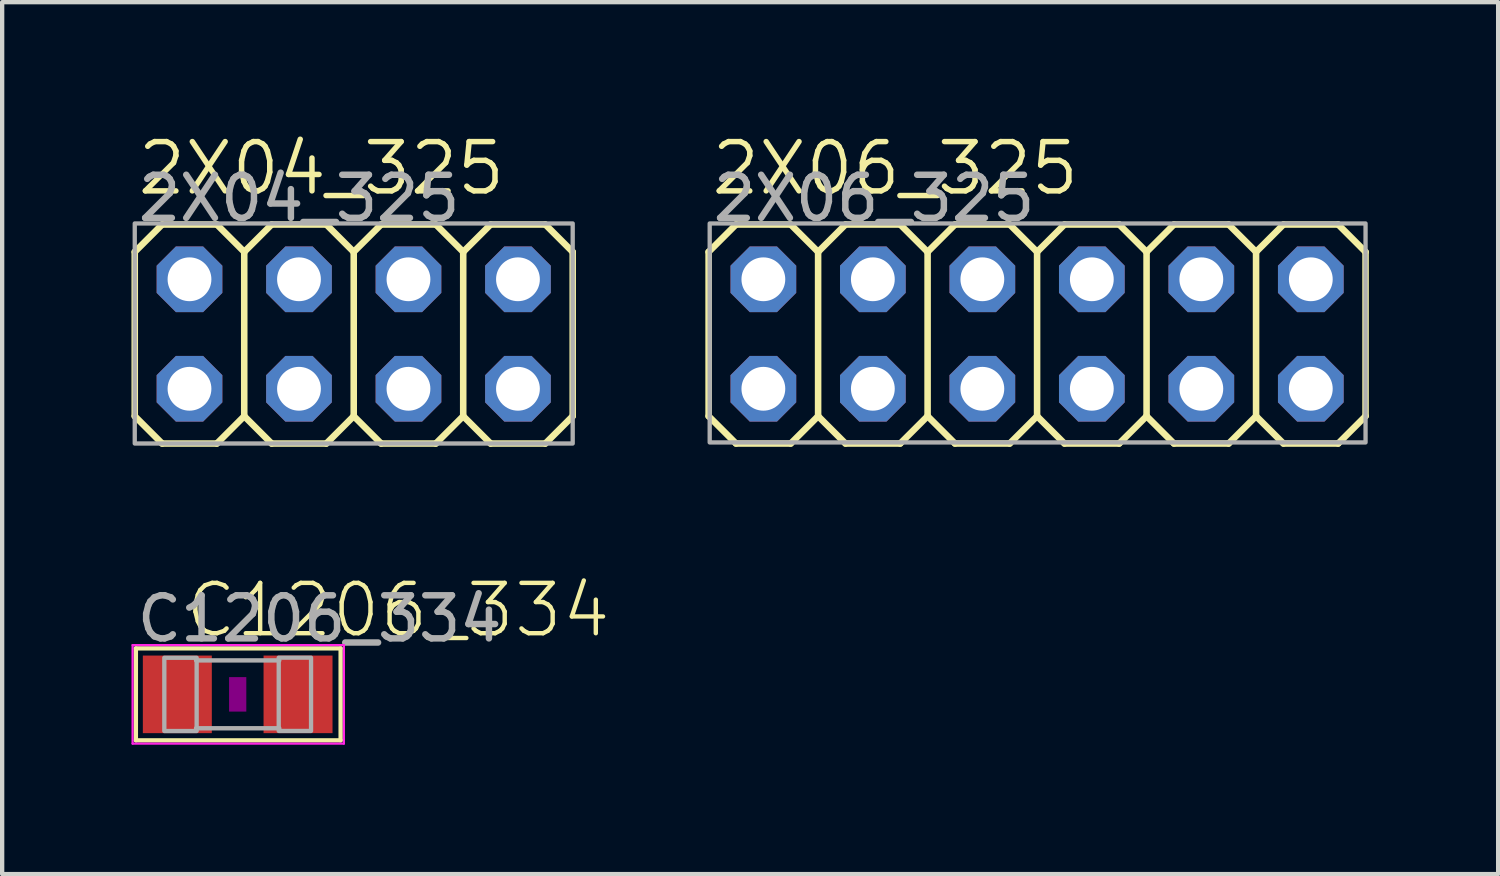
<source format=kicad_pcb>
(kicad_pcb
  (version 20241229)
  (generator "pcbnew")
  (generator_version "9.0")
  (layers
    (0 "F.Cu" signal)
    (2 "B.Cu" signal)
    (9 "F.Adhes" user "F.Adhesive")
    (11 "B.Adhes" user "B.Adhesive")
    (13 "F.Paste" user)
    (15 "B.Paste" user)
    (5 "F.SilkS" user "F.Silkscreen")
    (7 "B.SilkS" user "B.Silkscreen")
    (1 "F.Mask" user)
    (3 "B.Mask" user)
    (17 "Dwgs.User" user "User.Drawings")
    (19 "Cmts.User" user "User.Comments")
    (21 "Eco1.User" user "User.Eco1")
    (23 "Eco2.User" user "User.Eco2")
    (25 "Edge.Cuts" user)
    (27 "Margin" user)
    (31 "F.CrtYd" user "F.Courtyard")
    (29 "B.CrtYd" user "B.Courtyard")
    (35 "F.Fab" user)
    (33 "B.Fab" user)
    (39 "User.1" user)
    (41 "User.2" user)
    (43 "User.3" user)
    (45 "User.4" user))
  (footprint "2X04_325"
    (layer "F.Cu")
    (at 5.156 4.699)
    (property "Reference" "2X04_325" (at -5.08 -3.175 0) (unlocked yes) (layer "F.SilkS") (effects (font (size 1.143 1.143) (thickness 0.127)) (justify left bottom)))
    (fp_line (start -5.08 -1.905) (end -4.445 -2.54) (stroke (width 0.152) (type solid)) (layer "F.SilkS"))
    (fp_line (start -5.08 1.905) (end -5.08 -1.905) (stroke (width 0.152) (type solid)) (layer "F.SilkS"))
    (fp_line (start -5.08 1.905) (end -4.445 2.54) (stroke (width 0.152) (type solid)) (layer "F.SilkS"))
    (fp_line (start -4.445 -2.54) (end -3.175 -2.54) (stroke (width 0.152) (type solid)) (layer "F.SilkS"))
    (fp_line (start -4.445 2.54) (end -3.175 2.54) (stroke (width 0.152) (type solid)) (layer "F.SilkS"))
    (fp_line (start -3.175 -2.54) (end -2.54 -1.905) (stroke (width 0.152) (type solid)) (layer "F.SilkS"))
    (fp_line (start -3.175 2.54) (end -2.54 1.905) (stroke (width 0.152) (type solid)) (layer "F.SilkS"))
    (fp_line (start -2.54 -1.905) (end -2.54 1.905) (stroke (width 0.152) (type solid)) (layer "F.SilkS"))
    (fp_line (start -2.54 -1.905) (end -1.905 -2.54) (stroke (width 0.152) (type solid)) (layer "F.SilkS"))
    (fp_line (start -2.54 1.905) (end -1.905 2.54) (stroke (width 0.152) (type solid)) (layer "F.SilkS"))
    (fp_line (start -1.905 -2.54) (end -0.635 -2.54) (stroke (width 0.152) (type solid)) (layer "F.SilkS"))
    (fp_line (start -1.905 2.54) (end -0.635 2.54) (stroke (width 0.152) (type solid)) (layer "F.SilkS"))
    (fp_line (start -0.635 -2.54) (end 0 -1.905) (stroke (width 0.152) (type solid)) (layer "F.SilkS"))
    (fp_line (start -0.635 2.54) (end 0 1.905) (stroke (width 0.152) (type solid)) (layer "F.SilkS"))
    (fp_line (start 0 -1.905) (end 0 1.905) (stroke (width 0.152) (type solid)) (layer "F.SilkS"))
    (fp_line (start 0 -1.905) (end 0.635 -2.54) (stroke (width 0.152) (type solid)) (layer "F.SilkS"))
    (fp_line (start 0 1.905) (end 0.635 2.54) (stroke (width 0.152) (type solid)) (layer "F.SilkS"))
    (fp_line (start 0.635 -2.54) (end 1.905 -2.54) (stroke (width 0.152) (type solid)) (layer "F.SilkS"))
    (fp_line (start 0.635 2.54) (end 1.905 2.54) (stroke (width 0.152) (type solid)) (layer "F.SilkS"))
    (fp_line (start 1.905 -2.54) (end 2.54 -1.905) (stroke (width 0.152) (type solid)) (layer "F.SilkS"))
    (fp_line (start 1.905 2.54) (end 2.54 1.905) (stroke (width 0.152) (type solid)) (layer "F.SilkS"))
    (fp_line (start 2.54 -1.905) (end 2.54 1.905) (stroke (width 0.152) (type solid)) (layer "F.SilkS"))
    (fp_line (start 2.54 -1.905) (end 3.175 -2.54) (stroke (width 0.152) (type solid)) (layer "F.SilkS"))
    (fp_line (start 2.54 1.905) (end 3.175 2.54) (stroke (width 0.152) (type solid)) (layer "F.SilkS"))
    (fp_line (start 3.175 -2.54) (end 4.445 -2.54) (stroke (width 0.152) (type solid)) (layer "F.SilkS"))
    (fp_line (start 3.175 2.54) (end 4.445 2.54) (stroke (width 0.152) (type solid)) (layer "F.SilkS"))
    (fp_line (start 4.445 -2.54) (end 5.08 -1.905) (stroke (width 0.152) (type solid)) (layer "F.SilkS"))
    (fp_line (start 4.445 2.54) (end 5.08 1.905) (stroke (width 0.152) (type solid)) (layer "F.SilkS"))
    (fp_line (start 5.08 -1.905) (end 5.08 1.905) (stroke (width 0.152) (type solid)) (layer "F.SilkS"))
    (fp_rect (start -5.08 -2.565) (end 5.08 2.54) (stroke (width 0.1) (type default)) (fill no) (layer "F.Fab"))
    (fp_poly (pts (xy -4.064 -1.016) (xy -3.556 -1.016) (xy -3.556 -1.524) (xy -4.064 -1.524)) (stroke (width 0.1) (type default)) (fill no) (layer "F.Fab"))
    (fp_poly (pts (xy -4.064 1.524) (xy -3.556 1.524) (xy -3.556 1.016) (xy -4.064 1.016)) (stroke (width 0.1) (type default)) (fill no) (layer "F.Fab"))
    (fp_poly (pts (xy -1.524 -1.016) (xy -1.016 -1.016) (xy -1.016 -1.524) (xy -1.524 -1.524)) (stroke (width 0.1) (type default)) (fill no) (layer "F.Fab"))
    (fp_poly (pts (xy -1.524 1.524) (xy -1.016 1.524) (xy -1.016 1.016) (xy -1.524 1.016)) (stroke (width 0.1) (type default)) (fill no) (layer "F.Fab"))
    (fp_poly (pts (xy 1.016 -1.016) (xy 1.524 -1.016) (xy 1.524 -1.524) (xy 1.016 -1.524)) (stroke (width 0.1) (type default)) (fill no) (layer "F.Fab"))
    (fp_poly (pts (xy 1.016 1.524) (xy 1.524 1.524) (xy 1.524 1.016) (xy 1.016 1.016)) (stroke (width 0.1) (type default)) (fill no) (layer "F.Fab"))
    (fp_poly (pts (xy 3.556 -1.016) (xy 4.064 -1.016) (xy 4.064 -1.524) (xy 3.556 -1.524)) (stroke (width 0.1) (type default)) (fill no) (layer "F.Fab"))
    (fp_poly (pts (xy 3.556 1.524) (xy 4.064 1.524) (xy 4.064 1.016) (xy 3.556 1.016)) (stroke (width 0.1) (type default)) (fill no) (layer "F.Fab"))
    (fp_text user "${REFERENCE}" (at -5.08 -2.565 0) (unlocked yes) (layer "F.Fab") (effects (font (size 1 1) (thickness 0.15)) (justify left bottom)))
    (pad "1" thru_hole roundrect (at -3.81 1.27) (size 1.524 1.524) (drill 1.016) (layers "*.Cu" "*.Mask") (roundrect_rratio 0.25) (chamfer_ratio 0.293) (chamfer top_left top_right bottom_left bottom_right))
    (pad "2" thru_hole roundrect (at -3.81 -1.27) (size 1.524 1.524) (drill 1.016) (layers "*.Cu" "*.Mask") (roundrect_rratio 0.25) (chamfer_ratio 0.293) (chamfer top_left top_right bottom_left bottom_right))
    (pad "3" thru_hole roundrect (at -1.27 1.27) (size 1.524 1.524) (drill 1.016) (layers "*.Cu" "*.Mask") (roundrect_rratio 0.25) (chamfer_ratio 0.293) (chamfer top_left top_right bottom_left bottom_right))
    (pad "4" thru_hole roundrect (at -1.27 -1.27) (size 1.524 1.524) (drill 1.016) (layers "*.Cu" "*.Mask") (roundrect_rratio 0.25) (chamfer_ratio 0.293) (chamfer top_left top_right bottom_left bottom_right))
    (pad "5" thru_hole roundrect (at 1.27 1.27) (size 1.524 1.524) (drill 1.016) (layers "*.Cu" "*.Mask") (roundrect_rratio 0.25) (chamfer_ratio 0.293) (chamfer top_left top_right bottom_left bottom_right))
    (pad "6" thru_hole roundrect (at 1.27 -1.27) (size 1.524 1.524) (drill 1.016) (layers "*.Cu" "*.Mask") (roundrect_rratio 0.25) (chamfer_ratio 0.293) (chamfer top_left top_right bottom_left bottom_right))
    (pad "7" thru_hole roundrect (at 3.81 1.27) (size 1.524 1.524) (drill 1.016) (layers "*.Cu" "*.Mask") (roundrect_rratio 0.25) (chamfer_ratio 0.293) (chamfer top_left top_right bottom_left bottom_right))
    (pad "8" thru_hole roundrect (at 3.81 -1.27) (size 1.524 1.524) (drill 1.016) (layers "*.Cu" "*.Mask") (roundrect_rratio 0.25) (chamfer_ratio 0.293) (chamfer top_left top_right bottom_left bottom_right)))
  (footprint "C1206_334"
    (layer "F.Cu")
    (at 2.464 13.058)
    (property "Reference" "C1206_334" (at -1.27 -1.27 0) (unlocked yes) (layer "F.SilkS") (effects (font (size 1.168 1.168) (thickness 0.102)) (justify left bottom)))
    (attr smd)
    (fp_line (start -2.362 -1.067) (end 2.388 -1.067) (stroke (width 0.1) (type default)) (layer "F.SilkS"))
    (fp_line (start -2.362 1.067) (end -2.362 -1.067) (stroke (width 0.1) (type default)) (layer "F.SilkS"))
    (fp_line (start 2.388 -1.067) (end 2.388 1.067) (stroke (width 0.1) (type default)) (layer "F.SilkS"))
    (fp_line (start 2.388 1.067) (end -2.362 1.067) (stroke (width 0.1) (type default)) (layer "F.SilkS"))
    (fp_poly (pts (xy -0.2 0.4) (xy 0.2 0.4) (xy 0.2 -0.4) (xy -0.2 -0.4)) (stroke (width 0) (type default)) (fill yes) (layer "F.Adhes"))
    (fp_line (start -2.438 -1.143) (end 2.464 -1.143) (stroke (width 0.051) (type solid)) (layer "F.CrtYd"))
    (fp_line (start -2.438 1.143) (end -2.438 -1.143) (stroke (width 0.051) (type solid)) (layer "F.CrtYd"))
    (fp_line (start 2.464 -1.143) (end 2.464 1.143) (stroke (width 0.051) (type solid)) (layer "F.CrtYd"))
    (fp_line (start 2.464 1.143) (end -2.438 1.143) (stroke (width 0.051) (type solid)) (layer "F.CrtYd"))
    (fp_line (start -0.965 -0.787) (end 0.965 -0.787) (stroke (width 0.102) (type solid)) (layer "F.Fab"))
    (fp_line (start -0.965 0.787) (end 0.965 0.787) (stroke (width 0.102) (type solid)) (layer "F.Fab"))
    (fp_poly (pts (xy -1.702 0.851) (xy -0.952 0.851) (xy -0.952 -0.849) (xy -1.702 -0.849)) (stroke (width 0.1) (type default)) (fill no) (layer "F.Fab"))
    (fp_poly (pts (xy 0.952 0.849) (xy 1.702 0.849) (xy 1.702 -0.851) (xy 0.952 -0.851)) (stroke (width 0.1) (type default)) (fill no) (layer "F.Fab"))
    (fp_text user "${REFERENCE}" (at -2.413 -1.168 0) (unlocked yes) (layer "F.Fab") (effects (font (size 1 1) (thickness 0.15)) (justify left bottom)))
    (pad "1" smd rect (at -1.4 0) (size 1.6 1.8) (layers "F.Cu" "F.Mask" "F.Paste"))
    (pad "2" smd rect (at 1.4 0) (size 1.6 1.8) (layers "F.Cu" "F.Mask" "F.Paste")))
  (footprint "2X06_325"
    (layer "F.Cu")
    (at 21.009 4.699)
    (property "Reference" "2X06_325" (at -7.62 -3.175 0) (unlocked yes) (layer "F.SilkS") (effects (font (size 1.143 1.143) (thickness 0.127)) (justify left bottom)))
    (fp_line (start -7.62 -1.905) (end -6.985 -2.54) (stroke (width 0.152) (type solid)) (layer "F.SilkS"))
    (fp_line (start -7.62 1.905) (end -7.62 -1.905) (stroke (width 0.152) (type solid)) (layer "F.SilkS"))
    (fp_line (start -7.62 1.905) (end -6.985 2.54) (stroke (width 0.152) (type solid)) (layer "F.SilkS"))
    (fp_line (start -6.985 -2.54) (end -5.715 -2.54) (stroke (width 0.152) (type solid)) (layer "F.SilkS"))
    (fp_line (start -6.985 2.54) (end -5.715 2.54) (stroke (width 0.152) (type solid)) (layer "F.SilkS"))
    (fp_line (start -5.715 -2.54) (end -5.08 -1.905) (stroke (width 0.152) (type solid)) (layer "F.SilkS"))
    (fp_line (start -5.715 2.54) (end -5.08 1.905) (stroke (width 0.152) (type solid)) (layer "F.SilkS"))
    (fp_line (start -5.08 -1.905) (end -5.08 1.905) (stroke (width 0.152) (type solid)) (layer "F.SilkS"))
    (fp_line (start -5.08 -1.905) (end -4.445 -2.54) (stroke (width 0.152) (type solid)) (layer "F.SilkS"))
    (fp_line (start -5.08 1.905) (end -4.445 2.54) (stroke (width 0.152) (type solid)) (layer "F.SilkS"))
    (fp_line (start -4.445 -2.54) (end -3.175 -2.54) (stroke (width 0.152) (type solid)) (layer "F.SilkS"))
    (fp_line (start -4.445 2.54) (end -3.175 2.54) (stroke (width 0.152) (type solid)) (layer "F.SilkS"))
    (fp_line (start -3.175 -2.54) (end -2.54 -1.905) (stroke (width 0.152) (type solid)) (layer "F.SilkS"))
    (fp_line (start -3.175 2.54) (end -2.54 1.905) (stroke (width 0.152) (type solid)) (layer "F.SilkS"))
    (fp_line (start -2.54 -1.905) (end -2.54 1.905) (stroke (width 0.152) (type solid)) (layer "F.SilkS"))
    (fp_line (start -2.54 -1.905) (end -1.905 -2.54) (stroke (width 0.152) (type solid)) (layer "F.SilkS"))
    (fp_line (start -2.54 1.905) (end -1.905 2.54) (stroke (width 0.152) (type solid)) (layer "F.SilkS"))
    (fp_line (start -1.905 -2.54) (end -0.635 -2.54) (stroke (width 0.152) (type solid)) (layer "F.SilkS"))
    (fp_line (start -1.905 2.54) (end -0.635 2.54) (stroke (width 0.152) (type solid)) (layer "F.SilkS"))
    (fp_line (start -0.635 -2.54) (end 0 -1.905) (stroke (width 0.152) (type solid)) (layer "F.SilkS"))
    (fp_line (start -0.635 2.54) (end 0 1.905) (stroke (width 0.152) (type solid)) (layer "F.SilkS"))
    (fp_line (start 0 -1.905) (end 0 1.905) (stroke (width 0.152) (type solid)) (layer "F.SilkS"))
    (fp_line (start 0 -1.905) (end 0.635 -2.54) (stroke (width 0.152) (type solid)) (layer "F.SilkS"))
    (fp_line (start 0 1.905) (end 0.635 2.54) (stroke (width 0.152) (type solid)) (layer "F.SilkS"))
    (fp_line (start 0.635 -2.54) (end 1.905 -2.54) (stroke (width 0.152) (type solid)) (layer "F.SilkS"))
    (fp_line (start 0.635 2.54) (end 1.905 2.54) (stroke (width 0.152) (type solid)) (layer "F.SilkS"))
    (fp_line (start 1.905 -2.54) (end 2.54 -1.905) (stroke (width 0.152) (type solid)) (layer "F.SilkS"))
    (fp_line (start 1.905 2.54) (end 2.54 1.905) (stroke (width 0.152) (type solid)) (layer "F.SilkS"))
    (fp_line (start 2.54 -1.905) (end 2.54 1.905) (stroke (width 0.152) (type solid)) (layer "F.SilkS"))
    (fp_line (start 2.54 -1.905) (end 3.175 -2.54) (stroke (width 0.152) (type solid)) (layer "F.SilkS"))
    (fp_line (start 2.54 1.905) (end 3.175 2.54) (stroke (width 0.152) (type solid)) (layer "F.SilkS"))
    (fp_line (start 3.175 -2.54) (end 4.445 -2.54) (stroke (width 0.152) (type solid)) (layer "F.SilkS"))
    (fp_line (start 3.175 2.54) (end 4.445 2.54) (stroke (width 0.152) (type solid)) (layer "F.SilkS"))
    (fp_line (start 4.445 -2.54) (end 5.08 -1.905) (stroke (width 0.152) (type solid)) (layer "F.SilkS"))
    (fp_line (start 4.445 2.54) (end 5.08 1.905) (stroke (width 0.152) (type solid)) (layer "F.SilkS"))
    (fp_line (start 5.08 -1.905) (end 5.08 1.905) (stroke (width 0.152) (type solid)) (layer "F.SilkS"))
    (fp_line (start 5.08 -1.905) (end 5.715 -2.54) (stroke (width 0.152) (type solid)) (layer "F.SilkS"))
    (fp_line (start 5.08 1.905) (end 5.715 2.54) (stroke (width 0.152) (type solid)) (layer "F.SilkS"))
    (fp_line (start 5.715 -2.54) (end 6.985 -2.54) (stroke (width 0.152) (type solid)) (layer "F.SilkS"))
    (fp_line (start 5.715 2.54) (end 6.985 2.54) (stroke (width 0.152) (type solid)) (layer "F.SilkS"))
    (fp_line (start 6.985 -2.54) (end 7.62 -1.905) (stroke (width 0.152) (type solid)) (layer "F.SilkS"))
    (fp_line (start 6.985 2.54) (end 7.62 1.905) (stroke (width 0.152) (type solid)) (layer "F.SilkS"))
    (fp_line (start 7.62 -1.905) (end 7.62 1.905) (stroke (width 0.152) (type solid)) (layer "F.SilkS"))
    (fp_rect (start -7.595 -2.565) (end 7.62 2.515) (stroke (width 0.1) (type default)) (fill no) (layer "F.Fab"))
    (fp_poly (pts (xy -6.604 -1.016) (xy -6.096 -1.016) (xy -6.096 -1.524) (xy -6.604 -1.524)) (stroke (width 0.1) (type default)) (fill no) (layer "F.Fab"))
    (fp_poly (pts (xy -6.604 1.524) (xy -6.096 1.524) (xy -6.096 1.016) (xy -6.604 1.016)) (stroke (width 0.1) (type default)) (fill no) (layer "F.Fab"))
    (fp_poly (pts (xy -4.064 -1.016) (xy -3.556 -1.016) (xy -3.556 -1.524) (xy -4.064 -1.524)) (stroke (width 0.1) (type default)) (fill no) (layer "F.Fab"))
    (fp_poly (pts (xy -4.064 1.524) (xy -3.556 1.524) (xy -3.556 1.016) (xy -4.064 1.016)) (stroke (width 0.1) (type default)) (fill no) (layer "F.Fab"))
    (fp_poly (pts (xy -1.524 -1.016) (xy -1.016 -1.016) (xy -1.016 -1.524) (xy -1.524 -1.524)) (stroke (width 0.1) (type default)) (fill no) (layer "F.Fab"))
    (fp_poly (pts (xy -1.524 1.524) (xy -1.016 1.524) (xy -1.016 1.016) (xy -1.524 1.016)) (stroke (width 0.1) (type default)) (fill no) (layer "F.Fab"))
    (fp_poly (pts (xy 1.016 -1.016) (xy 1.524 -1.016) (xy 1.524 -1.524) (xy 1.016 -1.524)) (stroke (width 0.1) (type default)) (fill no) (layer "F.Fab"))
    (fp_poly (pts (xy 1.016 1.524) (xy 1.524 1.524) (xy 1.524 1.016) (xy 1.016 1.016)) (stroke (width 0.1) (type default)) (fill no) (layer "F.Fab"))
    (fp_poly (pts (xy 3.556 -1.016) (xy 4.064 -1.016) (xy 4.064 -1.524) (xy 3.556 -1.524)) (stroke (width 0.1) (type default)) (fill no) (layer "F.Fab"))
    (fp_poly (pts (xy 3.556 1.524) (xy 4.064 1.524) (xy 4.064 1.016) (xy 3.556 1.016)) (stroke (width 0.1) (type default)) (fill no) (layer "F.Fab"))
    (fp_poly (pts (xy 6.096 -1.016) (xy 6.604 -1.016) (xy 6.604 -1.524) (xy 6.096 -1.524)) (stroke (width 0.1) (type default)) (fill no) (layer "F.Fab"))
    (fp_poly (pts (xy 6.096 1.524) (xy 6.604 1.524) (xy 6.604 1.016) (xy 6.096 1.016)) (stroke (width 0.1) (type default)) (fill no) (layer "F.Fab"))
    (fp_text user "${REFERENCE}" (at -7.595 -2.565 0) (unlocked yes) (layer "F.Fab") (effects (font (size 1 1) (thickness 0.15)) (justify left bottom)))
    (pad "1" thru_hole roundrect (at -6.35 1.27) (size 1.524 1.524) (drill 1.016) (layers "*.Cu" "*.Mask") (roundrect_rratio 0.25) (chamfer_ratio 0.293) (chamfer top_left top_right bottom_left bottom_right))
    (pad "2" thru_hole roundrect (at -6.35 -1.27) (size 1.524 1.524) (drill 1.016) (layers "*.Cu" "*.Mask") (roundrect_rratio 0.25) (chamfer_ratio 0.293) (chamfer top_left top_right bottom_left bottom_right))
    (pad "3" thru_hole roundrect (at -3.81 1.27) (size 1.524 1.524) (drill 1.016) (layers "*.Cu" "*.Mask") (roundrect_rratio 0.25) (chamfer_ratio 0.293) (chamfer top_left top_right bottom_left bottom_right))
    (pad "4" thru_hole roundrect (at -3.81 -1.27) (size 1.524 1.524) (drill 1.016) (layers "*.Cu" "*.Mask") (roundrect_rratio 0.25) (chamfer_ratio 0.293) (chamfer top_left top_right bottom_left bottom_right))
    (pad "5" thru_hole roundrect (at -1.27 1.27) (size 1.524 1.524) (drill 1.016) (layers "*.Cu" "*.Mask") (roundrect_rratio 0.25) (chamfer_ratio 0.293) (chamfer top_left top_right bottom_left bottom_right))
    (pad "6" thru_hole roundrect (at -1.27 -1.27) (size 1.524 1.524) (drill 1.016) (layers "*.Cu" "*.Mask") (roundrect_rratio 0.25) (chamfer_ratio 0.293) (chamfer top_left top_right bottom_left bottom_right))
    (pad "7" thru_hole roundrect (at 1.27 1.27) (size 1.524 1.524) (drill 1.016) (layers "*.Cu" "*.Mask") (roundrect_rratio 0.25) (chamfer_ratio 0.293) (chamfer top_left top_right bottom_left bottom_right))
    (pad "8" thru_hole roundrect (at 1.27 -1.27) (size 1.524 1.524) (drill 1.016) (layers "*.Cu" "*.Mask") (roundrect_rratio 0.25) (chamfer_ratio 0.293) (chamfer top_left top_right bottom_left bottom_right))
    (pad "9" thru_hole roundrect (at 3.81 1.27) (size 1.524 1.524) (drill 1.016) (layers "*.Cu" "*.Mask") (roundrect_rratio 0.25) (chamfer_ratio 0.293) (chamfer top_left top_right bottom_left bottom_right))
    (pad "10" thru_hole roundrect (at 3.81 -1.27) (size 1.524 1.524) (drill 1.016) (layers "*.Cu" "*.Mask") (roundrect_rratio 0.25) (chamfer_ratio 0.293) (chamfer top_left top_right bottom_left bottom_right))
    (pad "11" thru_hole roundrect (at 6.35 1.27) (size 1.524 1.524) (drill 1.016) (layers "*.Cu" "*.Mask") (roundrect_rratio 0.25) (chamfer_ratio 0.293) (chamfer top_left top_right bottom_left bottom_right))
    (pad "12" thru_hole roundrect (at 6.35 -1.27) (size 1.524 1.524) (drill 1.016) (layers "*.Cu" "*.Mask") (roundrect_rratio 0.25) (chamfer_ratio 0.293) (chamfer top_left top_right bottom_left bottom_right)))
  (gr_rect
    (start -3 -3)
    (end 31.705 17.227)
    (stroke (width 0.1) (type default))
    (fill no)
    (layer "Edge.Cuts")))
</source>
